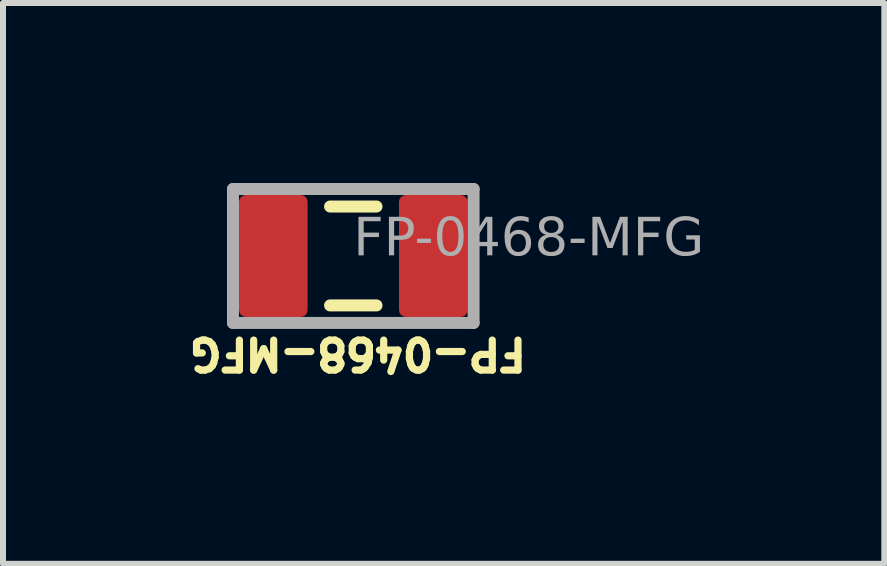
<source format=kicad_pcb>
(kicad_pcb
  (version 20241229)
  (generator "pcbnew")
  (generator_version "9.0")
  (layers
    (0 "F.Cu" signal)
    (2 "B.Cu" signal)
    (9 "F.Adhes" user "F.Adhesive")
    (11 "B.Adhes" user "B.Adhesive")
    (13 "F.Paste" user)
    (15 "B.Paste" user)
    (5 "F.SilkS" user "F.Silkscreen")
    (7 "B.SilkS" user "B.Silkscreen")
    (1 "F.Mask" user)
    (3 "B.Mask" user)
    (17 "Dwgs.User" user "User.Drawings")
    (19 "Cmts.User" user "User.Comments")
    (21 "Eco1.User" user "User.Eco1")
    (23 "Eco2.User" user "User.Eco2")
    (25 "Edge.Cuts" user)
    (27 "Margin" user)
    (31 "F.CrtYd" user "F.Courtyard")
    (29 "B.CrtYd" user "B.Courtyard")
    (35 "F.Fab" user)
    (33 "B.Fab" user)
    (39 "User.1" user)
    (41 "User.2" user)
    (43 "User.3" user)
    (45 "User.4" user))
  (footprint "FP-0468-MFG"
    (layer "F.Cu")
    (at 2.838 1.216)
    (property "Reference" "FP-0468-MFG" (at 0.078 1.627 180) (unlocked yes) (layer "F.SilkS") (effects (font (size 0.5 0.5) (thickness 0.12))))
    (fp_line (start 0.387 -0.824) (end -0.387 -0.824) (stroke (width 0.2) (type solid)) (layer "F.SilkS"))
    (fp_line (start 0.387 0.824) (end -0.387 0.824) (stroke (width 0.2) (type solid)) (layer "F.SilkS"))
    (fp_line (start -2.005 1.116) (end -2.005 -1.116) (stroke (width 0.2) (type solid)) (layer "F.Fab"))
    (fp_line (start 2.005 -1.116) (end -2.005 -1.116) (stroke (width 0.2) (type solid)) (layer "F.Fab"))
    (fp_line (start 2.005 1.116) (end -2.005 1.116) (stroke (width 0.2) (type solid)) (layer "F.Fab"))
    (fp_line (start 2.005 1.116) (end 2.005 -1.116) (stroke (width 0.2) (type solid)) (layer "F.Fab"))
    (fp_line (start 0 0.5) (end 0 -0.5) (stroke (width 0.1) (type solid)) (layer "User.2"))
    (fp_line (start 0.5 0) (end -0.5 0) (stroke (width 0.1) (type solid)) (layer "User.2"))
    (fp_line (start -1.653 0.824) (end -1.653 -0.824) (stroke (width 0.2) (type solid)) (layer "User.4"))
    (fp_line (start 1.653 -0.824) (end -1.653 -0.824) (stroke (width 0.2) (type solid)) (layer "User.4"))
    (fp_line (start 1.653 0.824) (end -1.653 0.824) (stroke (width 0.2) (type solid)) (layer "User.4"))
    (fp_line (start 1.653 0.824) (end 1.653 -0.824) (stroke (width 0.2) (type solid)) (layer "User.4"))
    (fp_line (start -2.005 1.116) (end -2.005 -1.116) (stroke (width 0.2) (type solid)) (layer "User.13"))
    (fp_line (start 2.005 -1.116) (end -2.005 -1.116) (stroke (width 0.2) (type solid)) (layer "User.13"))
    (fp_line (start 2.005 1.116) (end -2.005 1.116) (stroke (width 0.2) (type solid)) (layer "User.13"))
    (fp_line (start 2.005 1.116) (end 2.005 -1.116) (stroke (width 0.2) (type solid)) (layer "User.13"))
    (fp_text user "${REFERENCE}" (at -0.00002 0.097 0) (unlocked yes) (layer "F.Fab") (effects (font (face "Arial") (size 0.63 0.63) (thickness 0.1)) (justify left bottom)))
    (pad "1" smd roundrect (at -1.333 0) (size 1.143 2.032) (layers "F.Cu" "F.Mask" "F.Paste") (roundrect_rratio 0.1))
    (pad "2" smd roundrect (at 1.333 0) (size 1.143 2.032) (layers "F.Cu" "F.Mask" "F.Paste") (roundrect_rratio 0.1)))
  (gr_rect
    (start -3 -3)
    (end 11.688 6.346)
    (stroke (width 0.1) (type default))
    (fill no)
    (layer "Edge.Cuts")))
</source>
